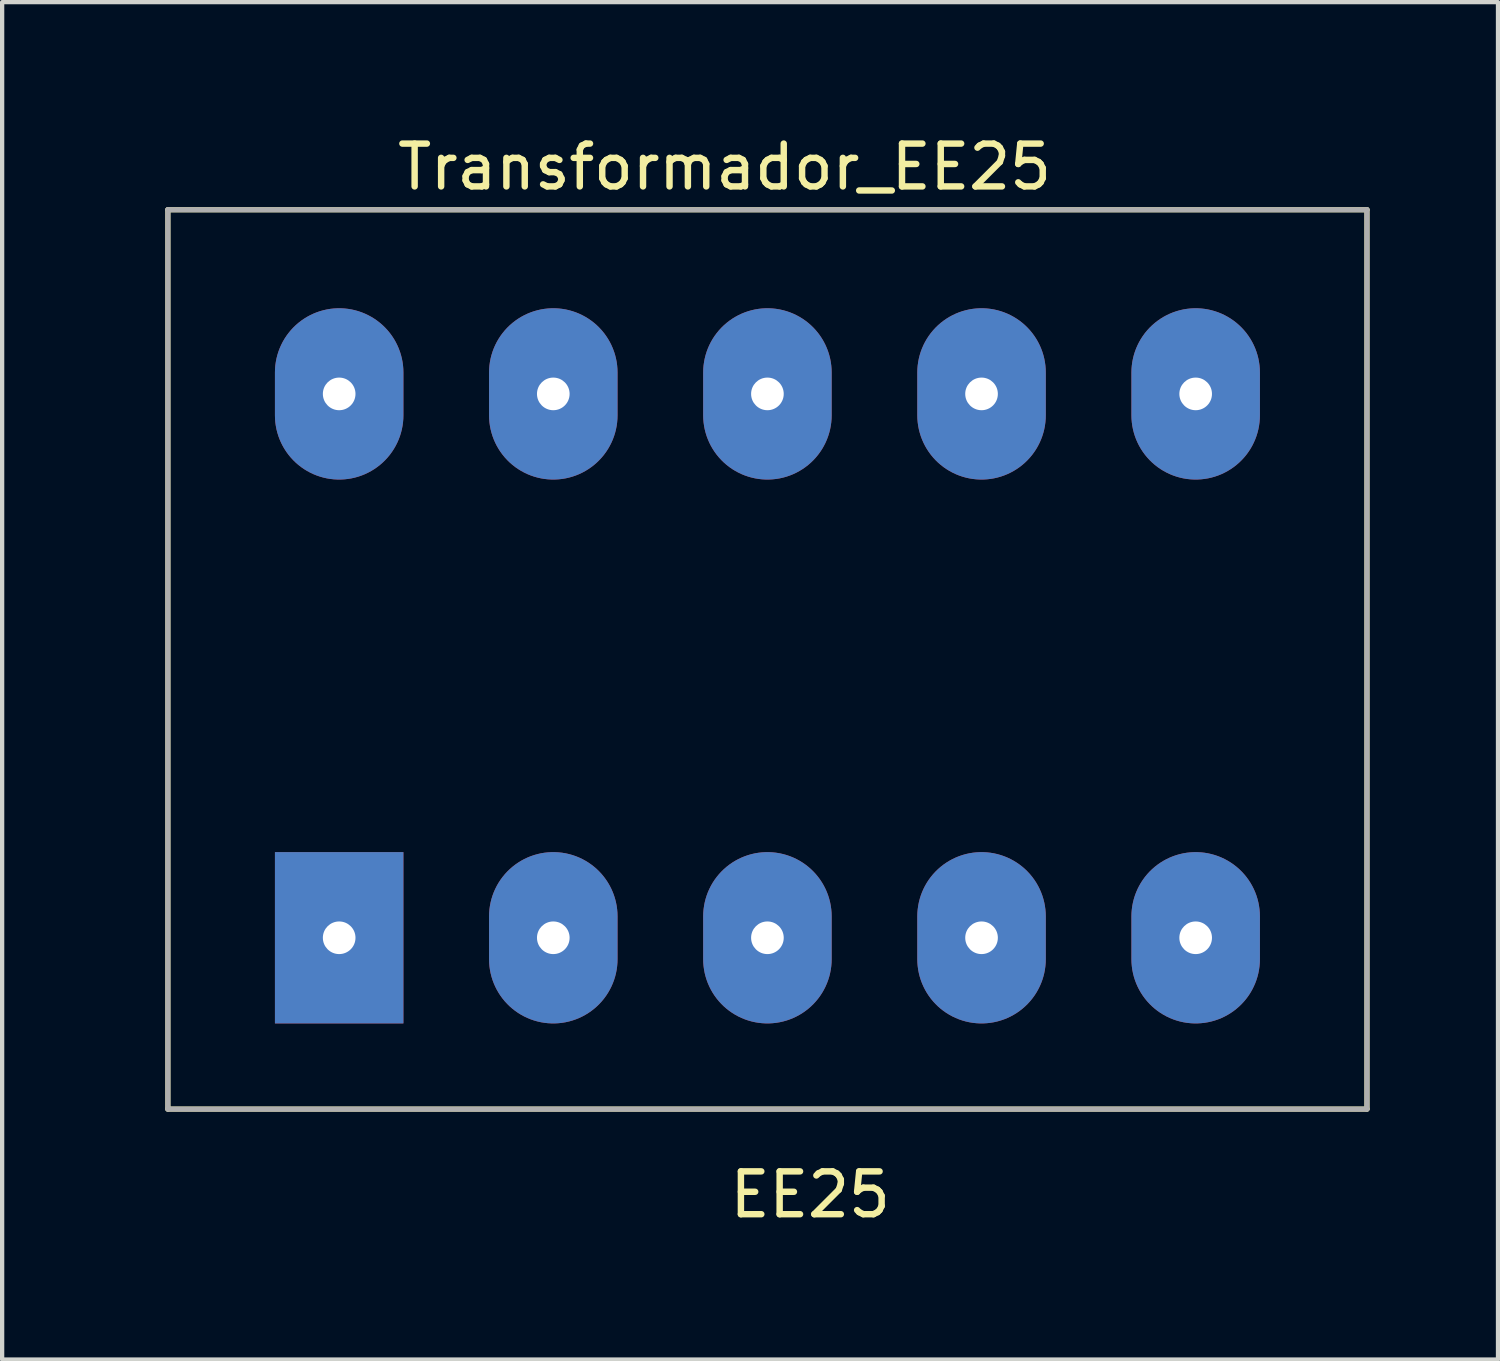
<source format=kicad_pcb>
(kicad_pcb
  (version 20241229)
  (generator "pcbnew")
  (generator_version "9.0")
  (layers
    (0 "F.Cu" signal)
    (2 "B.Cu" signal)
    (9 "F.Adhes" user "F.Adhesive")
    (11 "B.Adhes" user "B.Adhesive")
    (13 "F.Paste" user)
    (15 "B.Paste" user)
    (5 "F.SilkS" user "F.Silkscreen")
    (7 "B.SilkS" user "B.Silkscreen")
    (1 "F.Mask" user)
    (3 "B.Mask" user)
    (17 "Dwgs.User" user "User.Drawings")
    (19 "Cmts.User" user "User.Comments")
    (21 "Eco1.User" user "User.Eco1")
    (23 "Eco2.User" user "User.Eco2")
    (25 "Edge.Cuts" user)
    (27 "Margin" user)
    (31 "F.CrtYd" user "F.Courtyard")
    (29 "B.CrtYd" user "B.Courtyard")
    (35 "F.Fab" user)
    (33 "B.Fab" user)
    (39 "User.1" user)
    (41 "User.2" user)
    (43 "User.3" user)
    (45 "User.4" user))
  (footprint "Transformador_EE25"
    (layer "F.Cu")
    (at 0.25 1.128)
    (property "Reference" "Transformador_EE25" (at 13.62 -0.28 0) (layer "F.SilkS") (effects (font (size 1 1) (thickness 0.15))))
    (attr through_hole)
    (fp_line (start 0.62 0.72) (end 0.62 21.72) (stroke (width 0.12) (type solid)) (layer "F.SilkS"))
    (fp_line (start 0.62 0.72) (end 28.62 0.72) (stroke (width 0.12) (type solid)) (layer "F.SilkS"))
    (fp_line (start 28.62 0.72) (end 28.62 21.72) (stroke (width 0.12) (type solid)) (layer "F.SilkS"))
    (fp_line (start 28.62 21.72) (end 0.62 21.72) (stroke (width 0.12) (type solid)) (layer "F.SilkS"))
    (fp_line (start 0.62 0.72) (end 0.62 21.72) (stroke (width 0.12) (type solid)) (layer "F.Fab"))
    (fp_line (start 0.62 21.72) (end 28.62 21.72) (stroke (width 0.12) (type solid)) (layer "F.Fab"))
    (fp_line (start 28.62 0.72) (end 0.62 0.72) (stroke (width 0.12) (type solid)) (layer "F.Fab"))
    (fp_line (start 28.62 21.72) (end 28.62 0.72) (stroke (width 0.12) (type solid)) (layer "F.Fab"))
    (fp_text user "EE25" (at 15.62 23.72 0) (layer "F.SilkS") (effects (font (size 1 1) (thickness 0.15))))
    (pad "" thru_hole oval (at 14.62 5.02) (size 3 4) (drill 0.762) (layers "*.Cu" "*.Mask"))
    (pad "" thru_hole oval (at 14.62 17.72) (size 3 4) (drill 0.762) (layers "*.Cu" "*.Mask"))
    (pad "1" thru_hole rect (at 4.62 17.72) (size 3 4) (drill 0.762) (layers "*.Cu" "*.Mask"))
    (pad "1" thru_hole oval (at 9.62 17.72) (size 3 4) (drill 0.762) (layers "*.Cu" "*.Mask"))
    (pad "2" thru_hole oval (at 19.62 17.72) (size 3 4) (drill 0.762) (layers "*.Cu" "*.Mask"))
    (pad "2" thru_hole oval (at 24.62 17.72) (size 3 4) (drill 0.762) (layers "*.Cu" "*.Mask"))
    (pad "3" thru_hole oval (at 19.62 5.02) (size 3 4) (drill 0.762) (layers "*.Cu" "*.Mask"))
    (pad "3" thru_hole oval (at 24.62 5.02) (size 3 4) (drill 0.762) (layers "*.Cu" "*.Mask"))
    (pad "4" thru_hole oval (at 4.62 5.02) (size 3 4) (drill 0.762) (layers "*.Cu" "*.Mask"))
    (pad "4" thru_hole oval (at 9.62 5.02) (size 3 4) (drill 0.762) (layers "*.Cu" "*.Mask")))
  (gr_rect
    (start -3 -3)
    (end 31.93 28.697)
    (stroke (width 0.1) (type default))
    (fill no)
    (layer "Edge.Cuts")))
</source>
